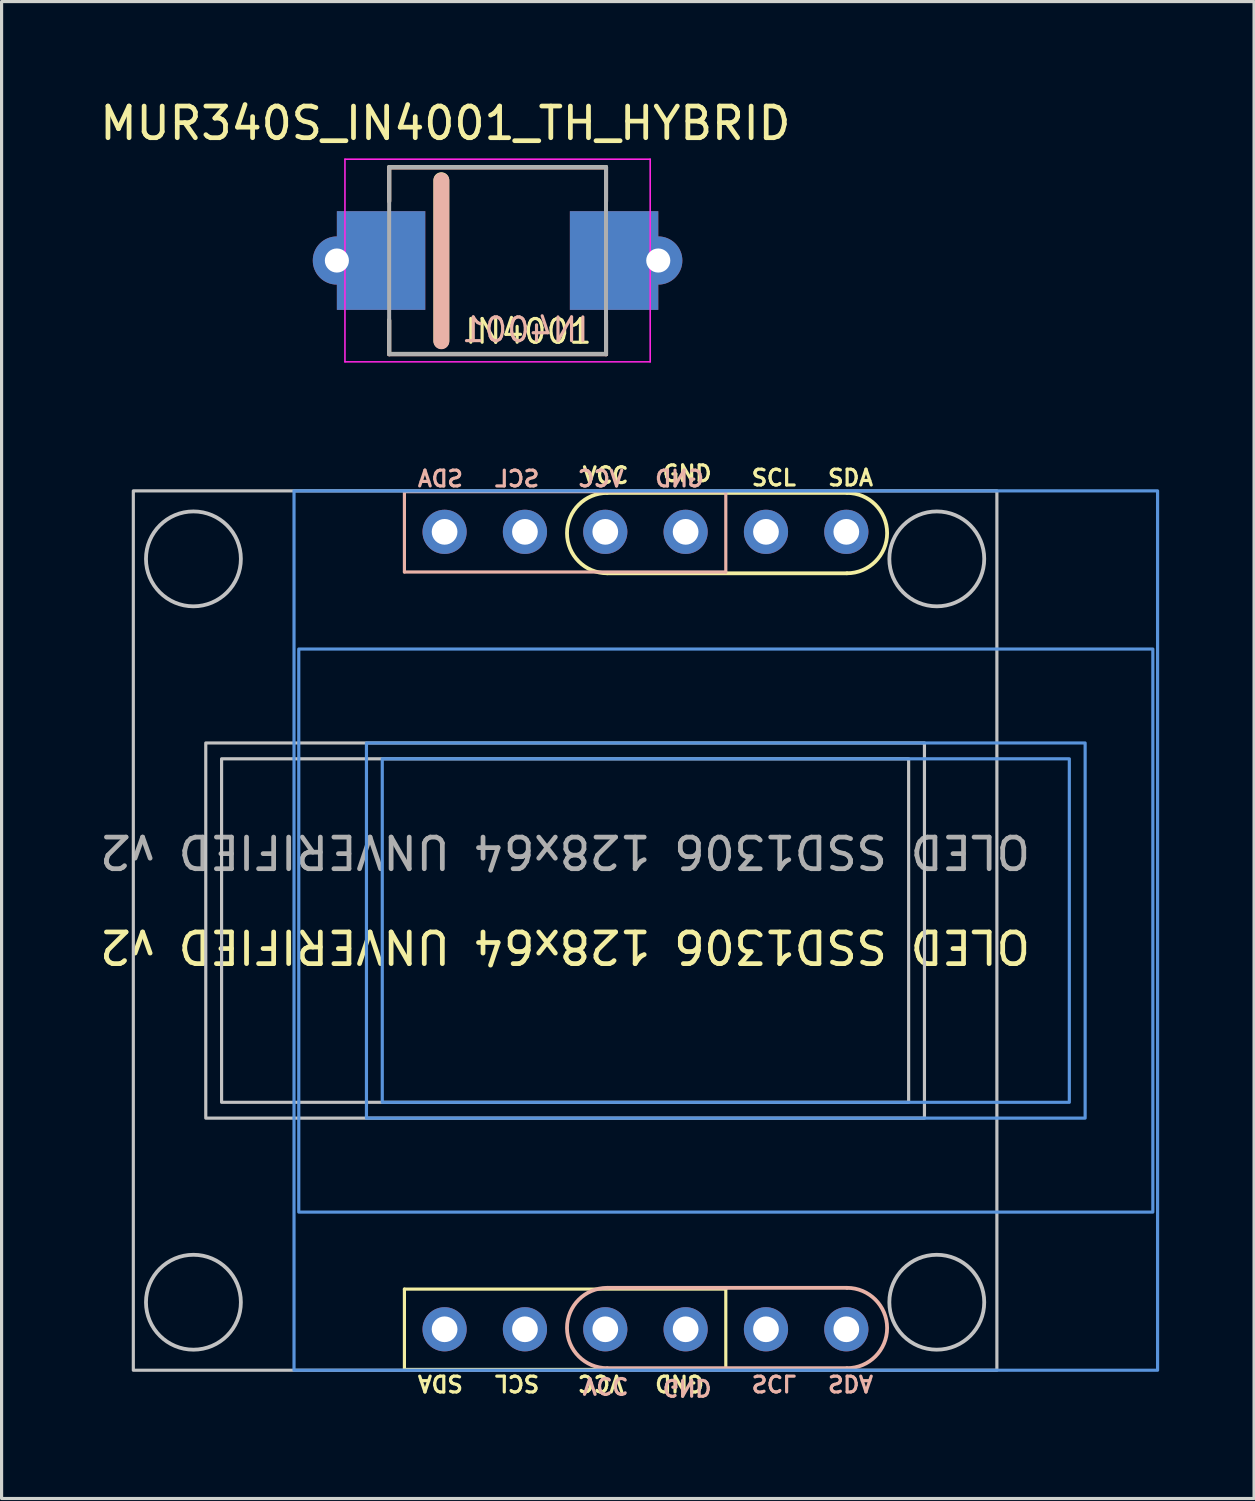
<source format=kicad_pcb>
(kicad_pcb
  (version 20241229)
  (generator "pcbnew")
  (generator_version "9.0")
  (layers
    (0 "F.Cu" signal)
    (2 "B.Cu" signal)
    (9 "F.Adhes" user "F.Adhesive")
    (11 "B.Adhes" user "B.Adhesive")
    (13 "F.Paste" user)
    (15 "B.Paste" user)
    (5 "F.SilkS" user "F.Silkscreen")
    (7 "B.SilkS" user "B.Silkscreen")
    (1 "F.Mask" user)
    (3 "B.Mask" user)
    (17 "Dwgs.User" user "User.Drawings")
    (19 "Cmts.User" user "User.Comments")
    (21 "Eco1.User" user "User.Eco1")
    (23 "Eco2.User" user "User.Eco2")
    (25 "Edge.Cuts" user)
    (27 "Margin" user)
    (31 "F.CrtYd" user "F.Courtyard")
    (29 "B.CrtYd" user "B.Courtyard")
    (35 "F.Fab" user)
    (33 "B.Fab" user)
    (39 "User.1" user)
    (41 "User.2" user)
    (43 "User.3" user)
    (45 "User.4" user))
  (footprint "MUR340S_IN4001_TH_HYBRID"
    (layer "F.Cu")
    (at 12.68 5.186)
    (property "Reference" "MUR340S_IN4001_TH_HYBRID" (at -1.65 -4.338 0) (layer "F.SilkS") (effects (font (size 1 1) (thickness 0.15))))
    (attr smd)
    (fp_line (start -3.428 -2.953) (end -3.428 -1.88) (stroke (width 0.127) (type solid)) (layer "F.SilkS"))
    (fp_line (start -3.428 2.953) (end -3.428 1.88) (stroke (width 0.127) (type solid)) (layer "F.SilkS"))
    (fp_line (start -3.428 2.953) (end 3.428 2.953) (stroke (width 0.127) (type solid)) (layer "F.SilkS"))
    (fp_line (start -1.778 -2.54) (end -1.778 2.54) (stroke (width 0.5) (type solid)) (layer "F.SilkS"))
    (fp_line (start 3.428 -2.953) (end -3.428 -2.953) (stroke (width 0.127) (type solid)) (layer "F.SilkS"))
    (fp_line (start 3.428 -1.88) (end 3.428 -2.953) (stroke (width 0.127) (type solid)) (layer "F.SilkS"))
    (fp_line (start 3.428 2.953) (end 3.428 1.88) (stroke (width 0.127) (type solid)) (layer "F.SilkS"))
    (fp_line (start -3.425 -2.939) (end -3.425 -1.866) (stroke (width 0.127) (type solid)) (layer "B.SilkS"))
    (fp_line (start -3.425 -2.939) (end 3.43 -2.939) (stroke (width 0.127) (type solid)) (layer "B.SilkS"))
    (fp_line (start -3.425 2.966) (end -3.425 1.894) (stroke (width 0.127) (type solid)) (layer "B.SilkS"))
    (fp_line (start -1.776 2.554) (end -1.776 -2.526) (stroke (width 0.5) (type solid)) (layer "B.SilkS"))
    (fp_line (start 3.43 -2.939) (end 3.43 -1.866) (stroke (width 0.127) (type solid)) (layer "B.SilkS"))
    (fp_line (start 3.43 1.894) (end 3.43 2.966) (stroke (width 0.127) (type solid)) (layer "B.SilkS"))
    (fp_line (start 3.43 2.966) (end -3.425 2.966) (stroke (width 0.127) (type solid)) (layer "B.SilkS"))
    (fp_line (start -4.825 -3.203) (end -4.825 3.203) (stroke (width 0.05) (type solid)) (layer "F.CrtYd"))
    (fp_line (start -4.825 3.203) (end 4.825 3.203) (stroke (width 0.05) (type solid)) (layer "F.CrtYd"))
    (fp_line (start 4.825 -3.203) (end -4.825 -3.203) (stroke (width 0.05) (type solid)) (layer "F.CrtYd"))
    (fp_line (start 4.825 3.203) (end 4.825 -3.203) (stroke (width 0.05) (type solid)) (layer "F.CrtYd"))
    (fp_line (start -3.428 -2.953) (end -3.428 2.953) (stroke (width 0.127) (type solid)) (layer "F.Fab"))
    (fp_line (start -3.428 2.953) (end 3.428 2.953) (stroke (width 0.127) (type solid)) (layer "F.Fab"))
    (fp_line (start 3.428 -2.953) (end -3.428 -2.953) (stroke (width 0.127) (type solid)) (layer "F.Fab"))
    (fp_line (start 3.428 2.953) (end 3.428 -2.953) (stroke (width 0.127) (type solid)) (layer "F.Fab"))
    (fp_circle (center -5.25 0) (end -5.15 0) (stroke (width 0.2) (type solid)) (fill no) (layer "F.Fab"))
    (fp_text user "IN4001" (at -1.09 2.68 0) (unlocked yes) (layer "F.SilkS") (effects (font (size 0.75 0.75) (thickness 0.1)) (justify left bottom)))
    (fp_text user "IN4001" (at 2.94 2.63 0) (unlocked yes) (layer "B.SilkS") (effects (font (size 0.75 0.75) (thickness 0.1)) (justify left bottom mirror)))
    (pad "A" smd rect (at 3.683 0) (size 2.795 3.12) (layers "F.Cu" "F.Mask" "F.Paste"))
    (pad "A" smd rect (at 3.683 0) (size 2.795 3.12) (layers "B.Cu" "B.Mask" "B.Paste"))
    (pad "A" thru_hole circle (at 5.08 0) (size 1.524 1.524) (drill 0.762) (layers "*.Cu" "*.Mask"))
    (pad "C" thru_hole circle (at -5.08 0) (size 1.524 1.524) (drill 0.762) (layers "*.Cu" "*.Mask"))
    (pad "C" smd rect (at -3.683 0) (size 2.795 3.12) (layers "F.Cu" "F.Mask" "F.Paste"))
    (pad "C" smd rect (at -3.683 0) (size 2.795 3.12) (layers "B.Cu" "B.Mask" "B.Paste")))
  (footprint "OLED SSD1306 128x64 UNVERIFIED v2"
    (layer "F.Cu")
    (at 14.805 26.398)
    (property "Reference" "OLED SSD1306 128x64 UNVERIFIED v2" (at 0.01 0.47 180) (unlocked yes) (layer "F.SilkS") (effects (font (size 1 1) (thickness 0.15))))
    (attr through_hole exclude_from_pos_files exclude_from_bom)
    (fp_line (start -5.07 13.845) (end -5.07 11.305) (stroke (width 0.1) (type solid)) (layer "F.SilkS"))
    (fp_line (start -5.07 13.845) (end 5.09 13.845) (stroke (width 0.1) (type solid)) (layer "F.SilkS"))
    (fp_line (start 1.34 -11.325) (end 8.92 -11.325) (stroke (width 0.12) (type default)) (layer "F.SilkS"))
    (fp_line (start 5.09 11.305) (end -5.07 11.305) (stroke (width 0.1) (type solid)) (layer "F.SilkS"))
    (fp_line (start 5.09 11.305) (end 5.09 13.845) (stroke (width 0.1) (type solid)) (layer "F.SilkS"))
    (fp_line (start 8.92 -13.865) (end 1.34 -13.865) (stroke (width 0.12) (type default)) (layer "F.SilkS"))
    (fp_arc (start 1.34 -11.325) (mid 0.07 -12.595) (end 1.34 -13.865) (stroke (width 0.12) (type default)) (layer "F.SilkS"))
    (fp_arc (start 8.92 -13.865) (mid 10.19 -12.595) (end 8.92 -11.325) (stroke (width 0.12) (type default)) (layer "F.SilkS"))
    (fp_line (start -5.07 -13.905) (end -5.07 -11.365) (stroke (width 0.1) (type solid)) (layer "B.SilkS"))
    (fp_line (start -5.07 -13.905) (end 5.09 -13.905) (stroke (width 0.1) (type solid)) (layer "B.SilkS"))
    (fp_line (start 1.34 11.265) (end 8.92 11.265) (stroke (width 0.12) (type default)) (layer "B.SilkS"))
    (fp_line (start 5.09 -11.365) (end -5.07 -11.365) (stroke (width 0.1) (type solid)) (layer "B.SilkS"))
    (fp_line (start 5.09 -11.365) (end 5.09 -13.905) (stroke (width 0.1) (type solid)) (layer "B.SilkS"))
    (fp_line (start 8.92 13.805) (end 1.34 13.805) (stroke (width 0.12) (type default)) (layer "B.SilkS"))
    (fp_arc (start 1.34 13.805) (mid 0.07 12.535) (end 1.34 11.265) (stroke (width 0.12) (type default)) (layer "B.SilkS"))
    (fp_arc (start 8.92 11.265) (mid 10.19 12.535) (end 8.92 13.805) (stroke (width 0.12) (type default)) (layer "B.SilkS"))
    (fp_rect (start -13.64 -13.93) (end 13.66 13.87) (stroke (width 0.1) (type solid)) (fill no) (layer "Dwgs.User"))
    (fp_rect (start 10.87 -5.46) (end -10.85 5.4) (stroke (width 0.1) (type solid)) (fill no) (layer "Dwgs.User"))
    (fp_rect (start 11.37 -5.96) (end -11.35 5.9) (stroke (width 0.1) (type solid)) (fill no) (layer "Dwgs.User"))
    (fp_circle (center -11.74 -11.78) (end -13.24 -11.78) (stroke (width 0.12) (type default)) (fill no) (layer "Dwgs.User"))
    (fp_circle (center -11.74 11.72) (end -13.24 11.72) (stroke (width 0.12) (type default)) (fill no) (layer "Dwgs.User"))
    (fp_circle (center 11.76 -11.78) (end 10.26 -11.78) (stroke (width 0.12) (type default)) (fill no) (layer "Dwgs.User"))
    (fp_circle (center 11.76 11.72) (end 10.26 11.72) (stroke (width 0.12) (type default)) (fill no) (layer "Dwgs.User"))
    (fp_rect (start -8.56 -13.93) (end 18.74 13.87) (stroke (width 0.1) (type solid)) (fill no) (layer "Cmts.User"))
    (fp_rect (start 15.95 -5.46) (end -5.77 5.4) (stroke (width 0.1) (type solid)) (fill no) (layer "Cmts.User"))
    (fp_rect (start 16.45 -5.96) (end -6.27 5.9) (stroke (width 0.1) (type solid)) (fill no) (layer "Cmts.User"))
    (fp_rect (start 18.59 -8.93) (end -8.41 8.87) (stroke (width 0.1) (type solid)) (fill no) (layer "Cmts.User"))
    (fp_rect (start 13.51 -8.93) (end -13.49 8.87) (stroke (width 0.1) (type solid)) (fill no) (layer "User.7"))
    (fp_text user "SDA" (at 8.265 -14.05 0) (unlocked yes) (layer "F.SilkS") (effects (font (size 0.5 0.5) (thickness 0.1)) (justify left bottom)))
    (fp_text user "SDA" (at -3.165 13.99 180) (unlocked yes) (layer "F.SilkS") (effects (font (size 0.5 0.5) (thickness 0.1)) (justify left bottom)))
    (fp_text user "VCC" (at 0.51 -14.125 0) (unlocked yes) (layer "F.SilkS") (effects (font (size 0.5 0.5) (thickness 0.1)) (justify left bottom)))
    (fp_text user "VCC" (at 1.915 13.99 180) (unlocked yes) (layer "F.SilkS") (effects (font (size 0.5 0.5) (thickness 0.1)) (justify left bottom)))
    (fp_text user "SCL" (at 5.852 -14.05 0) (unlocked yes) (layer "F.SilkS") (effects (font (size 0.5 0.5) (thickness 0.1)) (justify left bottom)))
    (fp_text user "GND" (at 4.455 13.99 180) (unlocked yes) (layer "F.SilkS") (effects (font (size 0.5 0.5) (thickness 0.1)) (justify left bottom)))
    (fp_text user "SCL" (at -0.752 13.99 180) (unlocked yes) (layer "F.SilkS") (effects (font (size 0.5 0.5) (thickness 0.1)) (justify left bottom)))
    (fp_text user "GND" (at 3.04 -14.185 0) (unlocked yes) (layer "F.SilkS") (effects (font (size 0.5 0.5) (thickness 0.1)) (justify left bottom)))
    (fp_text user "SDA" (at -3.165 -14.02 0) (unlocked yes) (layer "B.SilkS") (effects (font (size 0.5 0.5) (thickness 0.1)) (justify left bottom mirror)))
    (fp_text user "GND" (at 3.04 14.125 180) (unlocked yes) (layer "B.SilkS") (effects (font (size 0.5 0.5) (thickness 0.1)) (justify left bottom mirror)))
    (fp_text user "SCL" (at -0.752 -14.02 0) (unlocked yes) (layer "B.SilkS") (effects (font (size 0.5 0.5) (thickness 0.1)) (justify left bottom mirror)))
    (fp_text user "GND" (at 4.455 -14.02 0) (unlocked yes) (layer "B.SilkS") (effects (font (size 0.5 0.5) (thickness 0.1)) (justify left bottom mirror)))
    (fp_text user "SDA" (at 8.265 13.99 180) (unlocked yes) (layer "B.SilkS") (effects (font (size 0.5 0.5) (thickness 0.1)) (justify left bottom mirror)))
    (fp_text user "SCL" (at 5.852 13.99 180) (unlocked yes) (layer "B.SilkS") (effects (font (size 0.5 0.5) (thickness 0.1)) (justify left bottom mirror)))
    (fp_text user "VCC" (at 1.915 -14.02 0) (unlocked yes) (layer "B.SilkS") (effects (font (size 0.5 0.5) (thickness 0.1)) (justify left bottom mirror)))
    (fp_text user "VCC" (at 0.51 14.065 180) (unlocked yes) (layer "B.SilkS") (effects (font (size 0.5 0.5) (thickness 0.1)) (justify left bottom mirror)))
    (fp_text user "${REFERENCE}" (at 0.01 -2.53 180) (unlocked yes) (layer "F.Fab") (effects (font (size 1 1) (thickness 0.15))))
    (pad "1" thru_hole circle (at -3.8 -12.635) (size 1.397 1.397) (drill 0.813) (layers "*.Cu" "F.Mask"))
    (pad "1" thru_hole circle (at -3.8 12.575 180) (size 1.397 1.397) (drill 0.813) (layers "*.Cu" "B.Mask"))
    (pad "1" thru_hole circle (at 8.9 -12.635) (size 1.397 1.397) (drill 0.813) (layers "*.Cu" "B.Mask"))
    (pad "1" thru_hole circle (at 8.9 12.575 180) (size 1.397 1.397) (drill 0.813) (layers "*.Cu" "F.Mask"))
    (pad "2" thru_hole circle (at -1.26 -12.635) (size 1.397 1.397) (drill 0.813) (layers "*.Cu" "F.Mask"))
    (pad "2" thru_hole circle (at -1.26 12.575 180) (size 1.397 1.397) (drill 0.813) (layers "*.Cu" "B.Mask"))
    (pad "2" thru_hole circle (at 6.36 -12.635) (size 1.397 1.397) (drill 0.813) (layers "*.Cu" "B.Mask"))
    (pad "2" thru_hole circle (at 6.36 12.575 180) (size 1.397 1.397) (drill 0.813) (layers "*.Cu" "F.Mask"))
    (pad "3" thru_hole circle (at 1.28 -12.635) (size 1.397 1.397) (drill 0.813) (layers "*.Cu" "*.Mask"))
    (pad "3" thru_hole circle (at 1.28 12.575 180) (size 1.397 1.397) (drill 0.813) (layers "*.Cu" "*.Mask"))
    (pad "4" thru_hole circle (at 3.82 -12.635) (size 1.397 1.397) (drill 0.813) (layers "*.Cu" "*.Mask"))
    (pad "4" thru_hole circle (at 3.82 12.575 180) (size 1.397 1.397) (drill 0.813) (layers "*.Cu" "*.Mask")))
  (gr_rect
    (start -3 -3)
    (end 36.595 44.323)
    (stroke (width 0.1) (type default))
    (fill no)
    (layer "Edge.Cuts")))
</source>
